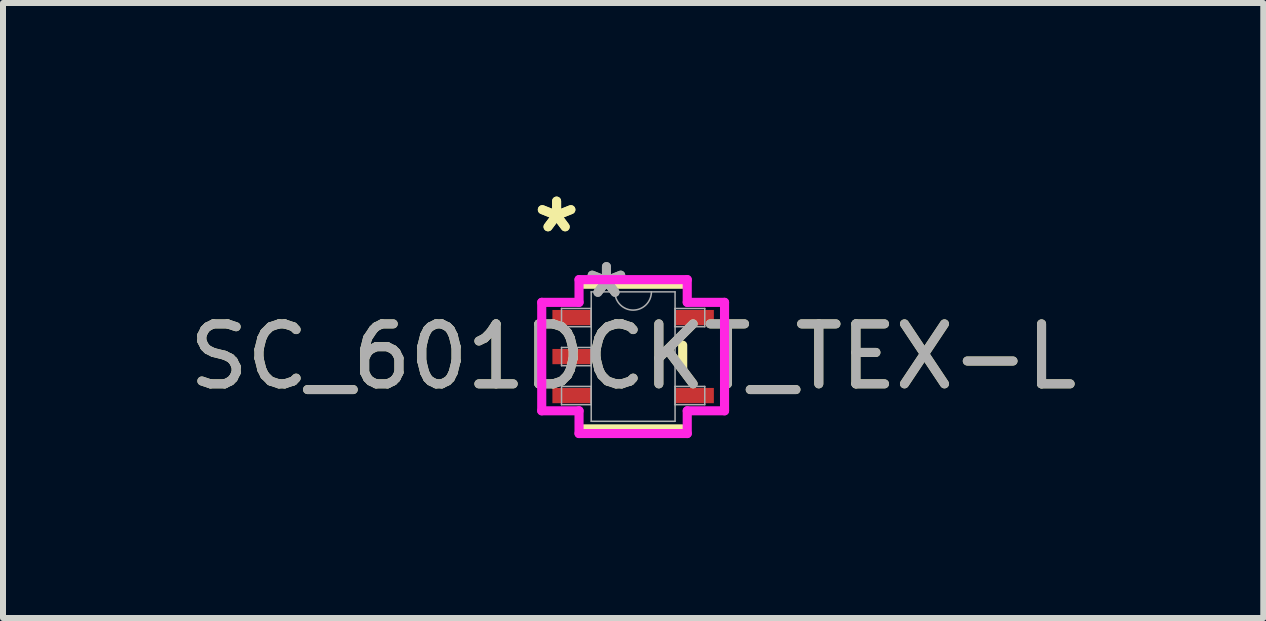
<source format=kicad_pcb>
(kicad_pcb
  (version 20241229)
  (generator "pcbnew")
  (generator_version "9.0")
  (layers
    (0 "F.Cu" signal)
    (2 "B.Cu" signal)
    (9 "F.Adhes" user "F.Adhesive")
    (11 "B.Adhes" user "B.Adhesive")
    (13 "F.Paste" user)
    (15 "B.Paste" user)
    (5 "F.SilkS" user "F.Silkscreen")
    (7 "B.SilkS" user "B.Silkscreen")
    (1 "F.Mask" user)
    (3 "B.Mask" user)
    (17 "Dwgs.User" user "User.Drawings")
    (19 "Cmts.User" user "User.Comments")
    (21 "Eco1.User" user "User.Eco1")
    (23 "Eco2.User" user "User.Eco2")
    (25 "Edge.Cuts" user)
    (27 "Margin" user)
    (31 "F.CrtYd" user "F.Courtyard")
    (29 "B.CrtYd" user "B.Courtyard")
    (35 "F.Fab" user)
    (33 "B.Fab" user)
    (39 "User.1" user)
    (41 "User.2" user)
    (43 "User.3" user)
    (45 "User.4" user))
  (footprint "SC_601DCKT_TEX-L"
    (layer "F.Cu")
    (at 7.506 2.895)
    (property "Reference" "SC_601DCKT_TEX-L" (at 0 0 0) (unlocked yes) (layer "F.SilkS") (effects (font (size 1 1) (thickness 0.15))))
    (attr smd)
    (fp_line (start -0.826 1.206) (end 0.826 1.206) (stroke (width 0.152) (type solid)) (layer "F.SilkS"))
    (fp_line (start 0.826 -1.206) (end -0.826 -1.206) (stroke (width 0.152) (type solid)) (layer "F.SilkS"))
    (fp_line (start 0.826 0.19) (end 0.826 -0.19) (stroke (width 0.152) (type solid)) (layer "F.SilkS"))
    (fp_line (start -1.524 -0.904) (end -0.902 -0.904) (stroke (width 0.152) (type solid)) (layer "F.CrtYd"))
    (fp_line (start -1.524 0.904) (end -1.524 -0.904) (stroke (width 0.152) (type solid)) (layer "F.CrtYd"))
    (fp_line (start -0.902 -1.283) (end 0.902 -1.283) (stroke (width 0.152) (type solid)) (layer "F.CrtYd"))
    (fp_line (start -0.902 -0.904) (end -0.902 -1.283) (stroke (width 0.152) (type solid)) (layer "F.CrtYd"))
    (fp_line (start -0.902 0.904) (end -1.524 0.904) (stroke (width 0.152) (type solid)) (layer "F.CrtYd"))
    (fp_line (start -0.902 1.283) (end -0.902 0.904) (stroke (width 0.152) (type solid)) (layer "F.CrtYd"))
    (fp_line (start 0.902 -1.283) (end 0.902 -0.904) (stroke (width 0.152) (type solid)) (layer "F.CrtYd"))
    (fp_line (start 0.902 -0.904) (end 1.524 -0.904) (stroke (width 0.152) (type solid)) (layer "F.CrtYd"))
    (fp_line (start 0.902 0.904) (end 0.902 1.283) (stroke (width 0.152) (type solid)) (layer "F.CrtYd"))
    (fp_line (start 0.902 1.283) (end -0.902 1.283) (stroke (width 0.152) (type solid)) (layer "F.CrtYd"))
    (fp_line (start 1.524 -0.904) (end 1.524 0.904) (stroke (width 0.152) (type solid)) (layer "F.CrtYd"))
    (fp_line (start 1.524 0.904) (end 0.902 0.904) (stroke (width 0.152) (type solid)) (layer "F.CrtYd"))
    (fp_line (start -1.194 -0.802) (end -1.194 -0.498) (stroke (width 0.025) (type solid)) (layer "F.Fab"))
    (fp_line (start -1.194 -0.498) (end -0.699 -0.498) (stroke (width 0.025) (type solid)) (layer "F.Fab"))
    (fp_line (start -1.194 -0.152) (end -1.194 0.152) (stroke (width 0.025) (type solid)) (layer "F.Fab"))
    (fp_line (start -1.194 0.152) (end -0.699 0.152) (stroke (width 0.025) (type solid)) (layer "F.Fab"))
    (fp_line (start -1.194 0.498) (end -1.194 0.802) (stroke (width 0.025) (type solid)) (layer "F.Fab"))
    (fp_line (start -1.194 0.802) (end -0.699 0.802) (stroke (width 0.025) (type solid)) (layer "F.Fab"))
    (fp_line (start -0.699 -1.079) (end -0.699 1.079) (stroke (width 0.025) (type solid)) (layer "F.Fab"))
    (fp_line (start -0.699 -0.802) (end -1.194 -0.802) (stroke (width 0.025) (type solid)) (layer "F.Fab"))
    (fp_line (start -0.699 -0.498) (end -0.699 -0.802) (stroke (width 0.025) (type solid)) (layer "F.Fab"))
    (fp_line (start -0.699 -0.152) (end -1.194 -0.152) (stroke (width 0.025) (type solid)) (layer "F.Fab"))
    (fp_line (start -0.699 0.152) (end -0.699 -0.152) (stroke (width 0.025) (type solid)) (layer "F.Fab"))
    (fp_line (start -0.699 0.498) (end -1.194 0.498) (stroke (width 0.025) (type solid)) (layer "F.Fab"))
    (fp_line (start -0.699 0.802) (end -0.699 0.498) (stroke (width 0.025) (type solid)) (layer "F.Fab"))
    (fp_line (start -0.699 1.079) (end 0.699 1.079) (stroke (width 0.025) (type solid)) (layer "F.Fab"))
    (fp_line (start 0.699 -1.079) (end -0.699 -1.079) (stroke (width 0.025) (type solid)) (layer "F.Fab"))
    (fp_line (start 0.699 -0.802) (end 0.699 -0.498) (stroke (width 0.025) (type solid)) (layer "F.Fab"))
    (fp_line (start 0.699 -0.498) (end 1.194 -0.498) (stroke (width 0.025) (type solid)) (layer "F.Fab"))
    (fp_line (start 0.699 0.498) (end 0.699 0.802) (stroke (width 0.025) (type solid)) (layer "F.Fab"))
    (fp_line (start 0.699 0.802) (end 1.194 0.802) (stroke (width 0.025) (type solid)) (layer "F.Fab"))
    (fp_line (start 0.699 1.079) (end 0.699 -1.079) (stroke (width 0.025) (type solid)) (layer "F.Fab"))
    (fp_line (start 1.194 -0.802) (end 0.699 -0.802) (stroke (width 0.025) (type solid)) (layer "F.Fab"))
    (fp_line (start 1.194 -0.498) (end 1.194 -0.802) (stroke (width 0.025) (type solid)) (layer "F.Fab"))
    (fp_line (start 1.194 0.498) (end 0.699 0.498) (stroke (width 0.025) (type solid)) (layer "F.Fab"))
    (fp_line (start 1.194 0.802) (end 1.194 0.498) (stroke (width 0.025) (type solid)) (layer "F.Fab"))
    (fp_arc (start 0.3048 -1.0795) (mid 0 -0.7747) (end -0.3048 -1.0795) (stroke (width 0.0254) (type solid)) (layer "F.Fab"))
    (fp_text user "*" (at -1.276 -2.047 0) (unlocked yes) (layer "F.SilkS") (effects (font (size 1 1) (thickness 0.15))))
    (fp_text user "*" (at -1.276 -2.047 0) (layer "F.SilkS") (effects (font (size 1 1) (thickness 0.15))))
    (fp_text user "*" (at -0.445 -0.955 0) (unlocked yes) (layer "F.Fab") (effects (font (size 1 1) (thickness 0.15))))
    (fp_text user "*" (at -0.445 -0.955 0) (layer "F.Fab") (effects (font (size 1 1) (thickness 0.15))))
    (fp_text user "${REFERENCE}" (at 0 0 0) (unlocked yes) (layer "F.Fab") (effects (font (size 1 1) (thickness 0.15))))
    (pad "1" smd rect (at -1.022 -0.65) (size 0.648 0.254) (layers "F.Cu" "F.Mask" "F.Paste"))
    (pad "2" smd rect (at -1.022 0) (size 0.648 0.254) (layers "F.Cu" "F.Mask" "F.Paste"))
    (pad "3" smd rect (at -1.022 0.65) (size 0.648 0.254) (layers "F.Cu" "F.Mask" "F.Paste"))
    (pad "4" smd rect (at 1.022 0.65) (size 0.648 0.254) (layers "F.Cu" "F.Mask" "F.Paste"))
    (pad "5" smd rect (at 1.022 -0.65) (size 0.648 0.254) (layers "F.Cu" "F.Mask" "F.Paste")))
  (gr_rect
    (start -3 -3)
    (end 18.012 7.254)
    (stroke (width 0.1) (type default))
    (fill no)
    (layer "Edge.Cuts")))
</source>
